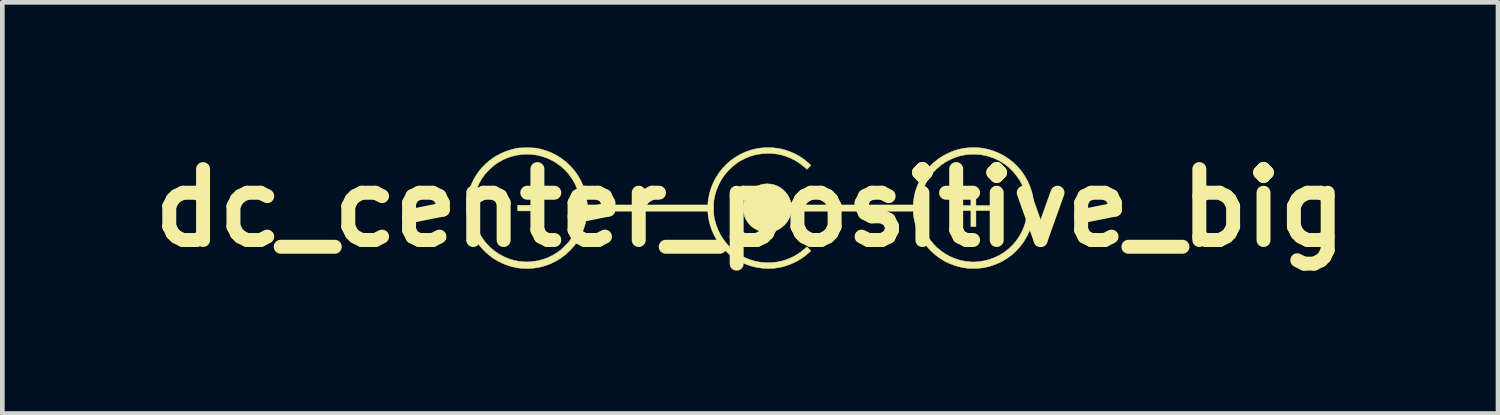
<source format=kicad_pcb>
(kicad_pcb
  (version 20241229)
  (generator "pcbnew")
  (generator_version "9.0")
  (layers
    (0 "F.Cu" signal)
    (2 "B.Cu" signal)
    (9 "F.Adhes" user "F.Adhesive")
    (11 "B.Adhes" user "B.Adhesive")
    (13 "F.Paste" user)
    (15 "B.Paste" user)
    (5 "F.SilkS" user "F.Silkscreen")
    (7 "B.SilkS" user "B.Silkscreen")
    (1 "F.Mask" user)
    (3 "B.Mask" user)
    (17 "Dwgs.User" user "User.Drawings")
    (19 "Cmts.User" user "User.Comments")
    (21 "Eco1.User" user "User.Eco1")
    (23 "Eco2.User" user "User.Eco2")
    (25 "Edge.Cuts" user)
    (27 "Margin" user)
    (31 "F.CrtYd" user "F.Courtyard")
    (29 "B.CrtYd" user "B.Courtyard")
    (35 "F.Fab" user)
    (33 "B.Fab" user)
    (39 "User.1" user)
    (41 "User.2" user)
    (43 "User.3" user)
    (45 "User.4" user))
  (footprint "dc_center_positive_big"
    (layer "F.Cu")
    (at 13.07 1.418)
    (property "Reference" "dc_center_positive_big" (at 0 0 0) (layer "F.SilkS") (effects (font (size 1.524 1.524) (thickness 0.3))))
    (attr through_hole allow_missing_courtyard)
    (fp_poly (pts (xy -4.597 0.064) (xy -4.997 0.064) (xy -4.997 -0.057) (xy -4.597 -0.057) (xy -4.597 0.064)) (stroke (width 0.01) (type solid)) (fill yes) (layer "F.SilkS"))
    (fp_poly (pts (xy 4.851 -0.051) (xy 5.201 -0.051) (xy 5.201 0.057) (xy 4.851 0.057) (xy 4.851 0.4) (xy 4.743 0.4) (xy 4.743 0.057) (xy 4.401 0.057) (xy 4.401 -0.051) (xy 4.743 -0.051) (xy 4.743 -0.394) (xy 4.851 -0.394) (xy 4.851 -0.051)) (stroke (width 0.01) (type solid)) (fill yes) (layer "F.SilkS"))
    (fp_poly (pts (xy 4.879 -1.294) (xy 4.927 -1.291) (xy 4.953 -1.289) (xy 5.08 -1.267) (xy 5.202 -1.233) (xy 5.32 -1.188) (xy 5.431 -1.133) (xy 5.537 -1.067) (xy 5.636 -0.991) (xy 5.727 -0.906) (xy 5.811 -0.813) (xy 5.885 -0.71) (xy 5.949 -0.6) (xy 5.966 -0.568) (xy 6.013 -0.46) (xy 6.049 -0.353) (xy 6.075 -0.243) (xy 6.09 -0.129) (xy 6.096 -0.008) (xy 6.096 0.004) (xy 6.09 0.134) (xy 6.072 0.26) (xy 6.041 0.382) (xy 5.999 0.5) (xy 5.945 0.614) (xy 5.882 0.72) (xy 5.804 0.825) (xy 5.718 0.92) (xy 5.625 1.006) (xy 5.524 1.081) (xy 5.416 1.147) (xy 5.301 1.201) (xy 5.18 1.245) (xy 5.052 1.278) (xy 5.023 1.283) (xy 4.988 1.288) (xy 4.944 1.293) (xy 4.894 1.296) (xy 4.84 1.298) (xy 4.786 1.299) (xy 4.735 1.299) (xy 4.691 1.298) (xy 4.656 1.295) (xy 4.655 1.295) (xy 4.526 1.273) (xy 4.402 1.239) (xy 4.283 1.194) (xy 4.17 1.138) (xy 4.063 1.071) (xy 3.962 0.995) (xy 3.87 0.908) (xy 3.785 0.812) (xy 3.718 0.72) (xy 3.689 0.674) (xy 3.659 0.621) (xy 3.63 0.564) (xy 3.604 0.507) (xy 3.582 0.455) (xy 3.575 0.436) (xy 3.559 0.385) (xy 3.544 0.33) (xy 3.531 0.273) (xy 3.519 0.217) (xy 3.511 0.165) (xy 3.506 0.121) (xy 3.505 0.096) (xy 3.505 0.07) (xy 0.885 0.07) (xy 0.877 0.109) (xy 0.855 0.184) (xy 0.822 0.255) (xy 0.778 0.321) (xy 0.737 0.367) (xy 0.676 0.421) (xy 0.611 0.463) (xy 0.541 0.494) (xy 0.465 0.513) (xy 0.384 0.521) (xy 0.368 0.521) (xy 0.305 0.518) (xy 0.249 0.509) (xy 0.195 0.493) (xy 0.138 0.468) (xy 0.137 0.467) (xy 0.067 0.426) (xy 0.006 0.376) (xy -0.045 0.318) (xy -0.088 0.254) (xy -0.12 0.183) (xy -0.141 0.108) (xy -0.151 0.029) (xy -0.151 0.003) (xy 3.645 0.003) (xy 3.651 0.125) (xy 3.67 0.244) (xy 3.7 0.359) (xy 3.743 0.471) (xy 3.797 0.577) (xy 3.862 0.679) (xy 3.936 0.772) (xy 4.013 0.852) (xy 4.1 0.924) (xy 4.194 0.988) (xy 4.293 1.043) (xy 4.397 1.088) (xy 4.503 1.122) (xy 4.61 1.145) (xy 4.639 1.149) (xy 4.697 1.155) (xy 4.747 1.16) (xy 4.792 1.161) (xy 4.836 1.16) (xy 4.882 1.157) (xy 4.906 1.155) (xy 5.027 1.137) (xy 5.143 1.107) (xy 5.255 1.066) (xy 5.36 1.015) (xy 5.46 0.953) (xy 5.552 0.882) (xy 5.637 0.801) (xy 5.714 0.712) (xy 5.781 0.614) (xy 5.839 0.509) (xy 5.887 0.398) (xy 5.92 0.292) (xy 5.942 0.181) (xy 5.954 0.067) (xy 5.954 -0.048) (xy 5.944 -0.162) (xy 5.923 -0.274) (xy 5.921 -0.281) (xy 5.886 -0.395) (xy 5.84 -0.504) (xy 5.783 -0.607) (xy 5.716 -0.703) (xy 5.64 -0.792) (xy 5.556 -0.873) (xy 5.464 -0.946) (xy 5.365 -1.008) (xy 5.259 -1.061) (xy 5.207 -1.081) (xy 5.093 -1.117) (xy 4.977 -1.141) (xy 4.86 -1.153) (xy 4.742 -1.154) (xy 4.626 -1.142) (xy 4.511 -1.119) (xy 4.4 -1.084) (xy 4.313 -1.047) (xy 4.203 -0.989) (xy 4.103 -0.921) (xy 4.011 -0.845) (xy 3.929 -0.759) (xy 3.855 -0.665) (xy 3.791 -0.562) (xy 3.759 -0.499) (xy 3.714 -0.395) (xy 3.681 -0.291) (xy 3.659 -0.185) (xy 3.647 -0.075) (xy 3.645 0.003) (xy -0.151 0.003) (xy -0.15 -0.031) (xy -0.144 -0.088) (xy -0.133 -0.139) (xy -0.116 -0.189) (xy -0.104 -0.215) (xy -0.065 -0.285) (xy -0.016 -0.348) (xy 0.041 -0.402) (xy 0.106 -0.447) (xy 0.178 -0.482) (xy 0.199 -0.489) (xy 0.276 -0.51) (xy 0.354 -0.518) (xy 0.432 -0.514) (xy 0.507 -0.499) (xy 0.579 -0.474) (xy 0.646 -0.437) (xy 0.708 -0.391) (xy 0.763 -0.335) (xy 0.811 -0.27) (xy 0.816 -0.261) (xy 0.838 -0.22) (xy 0.857 -0.174) (xy 0.872 -0.129) (xy 0.88 -0.09) (xy 0.884 -0.064) (xy 2.195 -0.064) (xy 3.505 -0.064) (xy 3.505 -0.094) (xy 3.507 -0.117) (xy 3.51 -0.149) (xy 3.516 -0.187) (xy 3.523 -0.228) (xy 3.53 -0.268) (xy 3.538 -0.304) (xy 3.543 -0.324) (xy 3.582 -0.447) (xy 3.631 -0.564) (xy 3.692 -0.674) (xy 3.762 -0.778) (xy 3.842 -0.875) (xy 3.931 -0.963) (xy 4.029 -1.042) (xy 4.134 -1.112) (xy 4.232 -1.165) (xy 4.323 -1.206) (xy 4.411 -1.238) (xy 4.501 -1.263) (xy 4.598 -1.282) (xy 4.624 -1.286) (xy 4.665 -1.29) (xy 4.714 -1.293) (xy 4.769 -1.295) (xy 4.826 -1.295) (xy 4.879 -1.294)) (stroke (width 0.01) (type solid)) (fill yes) (layer "F.SilkS"))
    (fp_poly (pts (xy 0.481 -1.293) (xy 0.572 -1.284) (xy 0.658 -1.269) (xy 0.745 -1.247) (xy 0.795 -1.231) (xy 0.897 -1.192) (xy 0.997 -1.144) (xy 1.092 -1.088) (xy 1.18 -1.026) (xy 1.259 -0.959) (xy 1.262 -0.956) (xy 1.305 -0.915) (xy 1.263 -0.873) (xy 1.221 -0.83) (xy 1.161 -0.882) (xy 1.065 -0.958) (xy 0.963 -1.023) (xy 0.856 -1.076) (xy 0.745 -1.118) (xy 0.63 -1.149) (xy 0.512 -1.167) (xy 0.393 -1.174) (xy 0.272 -1.168) (xy 0.151 -1.15) (xy 0.127 -1.145) (xy 0.058 -1.128) (xy -0.007 -1.107) (xy -0.071 -1.081) (xy -0.13 -1.054) (xy -0.212 -1.011) (xy -0.286 -0.964) (xy -0.355 -0.91) (xy -0.424 -0.848) (xy -0.465 -0.807) (xy -0.522 -0.743) (xy -0.571 -0.68) (xy -0.615 -0.613) (xy -0.656 -0.539) (xy -0.663 -0.524) (xy -0.694 -0.458) (xy -0.719 -0.397) (xy -0.74 -0.336) (xy -0.757 -0.271) (xy -0.767 -0.229) (xy -0.772 -0.202) (xy -0.777 -0.179) (xy -0.78 -0.156) (xy -0.782 -0.132) (xy -0.783 -0.104) (xy -0.784 -0.07) (xy -0.784 -0.026) (xy -0.784 0) (xy -0.784 0.05) (xy -0.783 0.09) (xy -0.782 0.122) (xy -0.781 0.149) (xy -0.778 0.172) (xy -0.775 0.196) (xy -0.77 0.221) (xy -0.77 0.222) (xy -0.739 0.342) (xy -0.698 0.456) (xy -0.646 0.564) (xy -0.584 0.666) (xy -0.513 0.76) (xy -0.433 0.847) (xy -0.345 0.925) (xy -0.249 0.993) (xy -0.145 1.052) (xy -0.035 1.101) (xy 0.013 1.118) (xy 0.13 1.151) (xy 0.249 1.171) (xy 0.369 1.179) (xy 0.488 1.175) (xy 0.606 1.158) (xy 0.723 1.13) (xy 0.836 1.089) (xy 0.939 1.041) (xy 0.99 1.012) (xy 1.036 0.983) (xy 1.081 0.952) (xy 1.127 0.916) (xy 1.177 0.874) (xy 1.22 0.836) (xy 1.263 0.879) (xy 1.305 0.922) (xy 1.264 0.96) (xy 1.175 1.034) (xy 1.078 1.101) (xy 0.974 1.16) (xy 0.865 1.21) (xy 0.754 1.249) (xy 0.651 1.275) (xy 0.525 1.295) (xy 0.4 1.302) (xy 0.277 1.297) (xy 0.155 1.281) (xy 0.037 1.253) (xy -0.078 1.215) (xy -0.189 1.167) (xy -0.295 1.108) (xy -0.394 1.04) (xy -0.488 0.963) (xy -0.574 0.877) (xy -0.652 0.783) (xy -0.722 0.68) (xy -0.782 0.57) (xy -0.82 0.484) (xy -0.845 0.414) (xy -0.867 0.339) (xy -0.886 0.264) (xy -0.899 0.191) (xy -0.906 0.129) (xy -0.91 0.07) (xy -3.498 0.07) (xy -3.502 0.106) (xy -3.515 0.204) (xy -3.532 0.293) (xy -3.553 0.376) (xy -3.581 0.457) (xy -3.615 0.539) (xy -3.632 0.575) (xy -3.69 0.681) (xy -3.757 0.781) (xy -3.835 0.875) (xy -3.877 0.918) (xy -3.971 1.004) (xy -4.072 1.08) (xy -4.18 1.146) (xy -4.294 1.201) (xy -4.412 1.244) (xy -4.535 1.276) (xy -4.656 1.295) (xy -4.697 1.298) (xy -4.747 1.3) (xy -4.801 1.301) (xy -4.855 1.3) (xy -4.906 1.298) (xy -4.948 1.295) (xy -4.95 1.294) (xy -4.992 1.288) (xy -5.041 1.279) (xy -5.093 1.268) (xy -5.144 1.255) (xy -5.187 1.242) (xy -5.188 1.242) (xy -5.309 1.197) (xy -5.423 1.141) (xy -5.531 1.075) (xy -5.631 0.997) (xy -5.722 0.913) (xy -5.807 0.818) (xy -5.881 0.716) (xy -5.945 0.61) (xy -5.997 0.498) (xy -6.039 0.383) (xy -6.069 0.264) (xy -6.088 0.143) (xy -6.094 0.038) (xy -5.952 0.038) (xy -5.943 0.151) (xy -5.923 0.262) (xy -5.893 0.371) (xy -5.852 0.477) (xy -5.8 0.579) (xy -5.737 0.676) (xy -5.665 0.768) (xy -5.582 0.853) (xy -5.578 0.856) (xy -5.487 0.932) (xy -5.389 0.997) (xy -5.285 1.052) (xy -5.177 1.096) (xy -5.065 1.129) (xy -4.951 1.151) (xy -4.835 1.16) (xy -4.719 1.158) (xy -4.692 1.155) (xy -4.571 1.137) (xy -4.454 1.107) (xy -4.341 1.066) (xy -4.233 1.013) (xy -4.132 0.95) (xy -4.128 0.947) (xy -4.094 0.922) (xy -4.055 0.889) (xy -4.014 0.851) (xy -3.973 0.811) (xy -3.934 0.771) (xy -3.9 0.733) (xy -3.874 0.7) (xy -3.872 0.699) (xy -3.805 0.597) (xy -3.749 0.49) (xy -3.705 0.381) (xy -3.672 0.268) (xy -3.651 0.154) (xy -3.641 0.038) (xy -3.643 -0.077) (xy -3.657 -0.192) (xy -3.682 -0.306) (xy -3.72 -0.417) (xy -3.768 -0.526) (xy -3.829 -0.63) (xy -3.841 -0.648) (xy -3.912 -0.743) (xy -3.992 -0.829) (xy -4.079 -0.905) (xy -4.173 -0.972) (xy -4.272 -1.029) (xy -4.376 -1.075) (xy -4.483 -1.111) (xy -4.594 -1.137) (xy -4.707 -1.151) (xy -4.822 -1.155) (xy -4.937 -1.147) (xy -5.051 -1.127) (xy -5.164 -1.095) (xy -5.249 -1.063) (xy -5.314 -1.033) (xy -5.381 -0.996) (xy -5.446 -0.956) (xy -5.49 -0.925) (xy -5.524 -0.898) (xy -5.563 -0.863) (xy -5.604 -0.824) (xy -5.644 -0.784) (xy -5.679 -0.746) (xy -5.706 -0.714) (xy -5.774 -0.617) (xy -5.832 -0.514) (xy -5.878 -0.408) (xy -5.913 -0.299) (xy -5.937 -0.187) (xy -5.95 -0.075) (xy -5.952 0.038) (xy -6.094 0.038) (xy -6.095 0.021) (xy -6.091 -0.102) (xy -6.075 -0.224) (xy -6.047 -0.346) (xy -6.007 -0.466) (xy -5.963 -0.568) (xy -5.902 -0.68) (xy -5.831 -0.783) (xy -5.751 -0.879) (xy -5.662 -0.966) (xy -5.565 -1.045) (xy -5.461 -1.114) (xy -5.349 -1.173) (xy -5.231 -1.222) (xy -5.108 -1.26) (xy -5.029 -1.278) (xy -5.004 -1.282) (xy -4.981 -1.286) (xy -4.957 -1.289) (xy -4.93 -1.29) (xy -4.897 -1.291) (xy -4.858 -1.292) (xy -4.808 -1.292) (xy -4.801 -1.292) (xy -4.744 -1.292) (xy -4.697 -1.291) (xy -4.658 -1.289) (xy -4.623 -1.287) (xy -4.591 -1.282) (xy -4.557 -1.276) (xy -4.521 -1.268) (xy -4.486 -1.26) (xy -4.365 -1.223) (xy -4.249 -1.176) (xy -4.139 -1.117) (xy -4.035 -1.049) (xy -3.938 -0.971) (xy -3.849 -0.884) (xy -3.768 -0.789) (xy -3.696 -0.687) (xy -3.635 -0.577) (xy -3.584 -0.461) (xy -3.58 -0.451) (xy -3.548 -0.353) (xy -3.523 -0.246) (xy -3.505 -0.129) (xy -3.502 -0.1) (xy -3.498 -0.064) (xy -0.908 -0.064) (xy -0.908 -0.093) (xy -0.907 -0.112) (xy -0.905 -0.139) (xy -0.901 -0.17) (xy -0.898 -0.189) (xy -0.873 -0.313) (xy -0.837 -0.433) (xy -0.79 -0.547) (xy -0.733 -0.656) (xy -0.666 -0.759) (xy -0.589 -0.855) (xy -0.504 -0.943) (xy -0.412 -1.023) (xy -0.311 -1.094) (xy -0.205 -1.155) (xy -0.092 -1.206) (xy 0.027 -1.247) (xy 0.067 -1.257) (xy 0.155 -1.277) (xy 0.242 -1.289) (xy 0.332 -1.295) (xy 0.382 -1.295) (xy 0.481 -1.293)) (stroke (width 0.01) (type solid)) (fill yes) (layer "F.SilkS")))
  (gr_rect
    (start -3 -3)
    (end 29.14 5.836)
    (stroke (width 0.1) (type default))
    (fill no)
    (layer "Edge.Cuts")))
</source>
